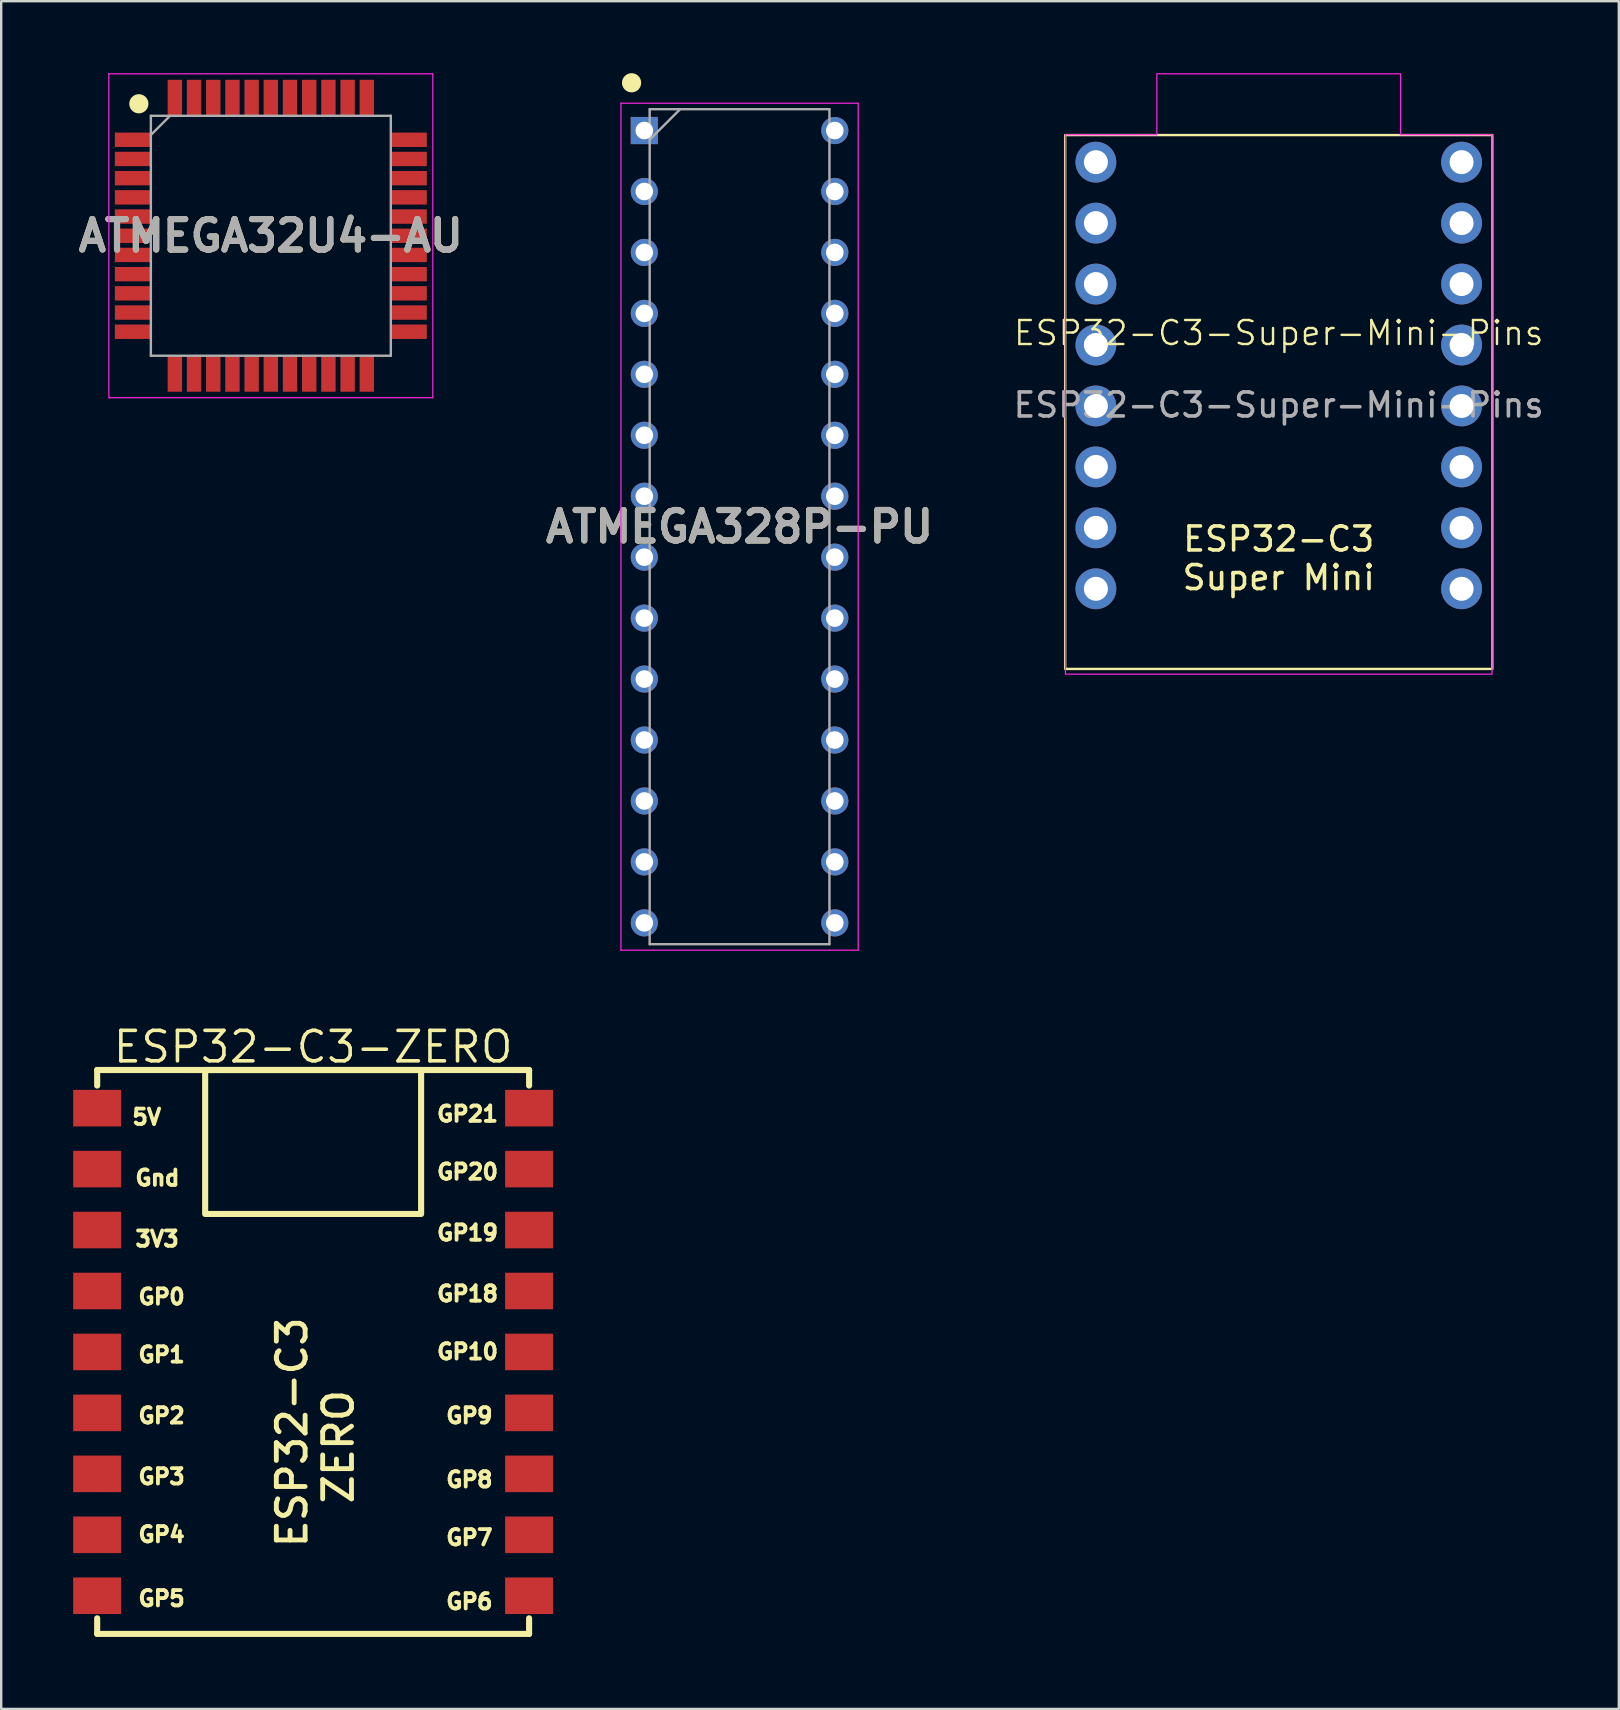
<source format=kicad_pcb>
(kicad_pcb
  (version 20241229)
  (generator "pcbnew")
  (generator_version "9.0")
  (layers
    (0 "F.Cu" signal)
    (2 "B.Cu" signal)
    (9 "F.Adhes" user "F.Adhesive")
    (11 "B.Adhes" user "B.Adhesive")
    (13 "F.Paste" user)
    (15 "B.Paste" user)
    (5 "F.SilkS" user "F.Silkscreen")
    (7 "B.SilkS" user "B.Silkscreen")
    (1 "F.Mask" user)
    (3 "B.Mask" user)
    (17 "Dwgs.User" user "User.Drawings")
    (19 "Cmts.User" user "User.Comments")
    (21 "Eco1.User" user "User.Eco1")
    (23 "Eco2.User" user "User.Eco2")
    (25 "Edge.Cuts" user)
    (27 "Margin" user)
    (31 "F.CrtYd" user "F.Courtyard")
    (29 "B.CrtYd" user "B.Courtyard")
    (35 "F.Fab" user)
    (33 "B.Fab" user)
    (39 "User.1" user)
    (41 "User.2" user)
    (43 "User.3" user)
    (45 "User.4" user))
  (footprint "ATMEGA328P-PU"
    (layer "F.Cu")
    (at 27.771 18.9)
    (property "Reference" "ATMEGA328P-PU" (at 0 0 0) (layer "F.SilkS") (effects (font (size 1.27 1.27) (thickness 0.254))))
    (attr through_hole)
    (fp_circle (center -4.5 -18.5) (end -4.5 -18.3) (stroke (width 0.4) (type solid)) (fill no) (layer "F.SilkS"))
    (fp_line (start -4.944 -17.649) (end 4.944 -17.649) (stroke (width 0.05) (type solid)) (layer "F.CrtYd"))
    (fp_line (start -4.944 17.649) (end -4.944 -17.649) (stroke (width 0.05) (type solid)) (layer "F.CrtYd"))
    (fp_line (start 4.944 -17.649) (end 4.944 17.649) (stroke (width 0.05) (type solid)) (layer "F.CrtYd"))
    (fp_line (start 4.944 17.649) (end -4.944 17.649) (stroke (width 0.05) (type solid)) (layer "F.CrtYd"))
    (fp_line (start -3.746 -17.399) (end 3.746 -17.399) (stroke (width 0.1) (type solid)) (layer "F.Fab"))
    (fp_line (start -3.746 -16.129) (end -2.476 -17.399) (stroke (width 0.1) (type solid)) (layer "F.Fab"))
    (fp_line (start -3.746 17.399) (end -3.746 -17.399) (stroke (width 0.1) (type solid)) (layer "F.Fab"))
    (fp_line (start 3.746 -17.399) (end 3.746 17.399) (stroke (width 0.1) (type solid)) (layer "F.Fab"))
    (fp_line (start 3.746 17.399) (end -3.746 17.399) (stroke (width 0.1) (type solid)) (layer "F.Fab"))
    (fp_text user "${REFERENCE}" (at 0 0 0) (layer "F.Fab") (effects (font (size 1.27 1.27) (thickness 0.254))))
    (pad "1" thru_hole rect (at -3.969 -16.51) (size 1.133 1.133) (drill 0.733) (layers "*.Cu" "*.Mask"))
    (pad "2" thru_hole circle (at -3.969 -13.97) (size 1.133 1.133) (drill 0.733) (layers "*.Cu" "*.Mask"))
    (pad "3" thru_hole circle (at -3.969 -11.43) (size 1.133 1.133) (drill 0.733) (layers "*.Cu" "*.Mask"))
    (pad "4" thru_hole circle (at -3.969 -8.89) (size 1.133 1.133) (drill 0.733) (layers "*.Cu" "*.Mask"))
    (pad "5" thru_hole circle (at -3.969 -6.35) (size 1.133 1.133) (drill 0.733) (layers "*.Cu" "*.Mask"))
    (pad "6" thru_hole circle (at -3.969 -3.81) (size 1.133 1.133) (drill 0.733) (layers "*.Cu" "*.Mask"))
    (pad "7" thru_hole circle (at -3.969 -1.27) (size 1.133 1.133) (drill 0.733) (layers "*.Cu" "*.Mask"))
    (pad "8" thru_hole circle (at -3.969 1.27) (size 1.133 1.133) (drill 0.733) (layers "*.Cu" "*.Mask"))
    (pad "9" thru_hole circle (at -3.969 3.81) (size 1.133 1.133) (drill 0.733) (layers "*.Cu" "*.Mask"))
    (pad "10" thru_hole circle (at -3.969 6.35) (size 1.133 1.133) (drill 0.733) (layers "*.Cu" "*.Mask"))
    (pad "11" thru_hole circle (at -3.969 8.89) (size 1.133 1.133) (drill 0.733) (layers "*.Cu" "*.Mask"))
    (pad "12" thru_hole circle (at -3.969 11.43) (size 1.133 1.133) (drill 0.733) (layers "*.Cu" "*.Mask"))
    (pad "13" thru_hole circle (at -3.969 13.97) (size 1.133 1.133) (drill 0.733) (layers "*.Cu" "*.Mask"))
    (pad "14" thru_hole circle (at -3.969 16.51) (size 1.133 1.133) (drill 0.733) (layers "*.Cu" "*.Mask"))
    (pad "15" thru_hole circle (at 3.969 16.51) (size 1.133 1.133) (drill 0.733) (layers "*.Cu" "*.Mask"))
    (pad "16" thru_hole circle (at 3.969 13.97) (size 1.133 1.133) (drill 0.733) (layers "*.Cu" "*.Mask"))
    (pad "17" thru_hole circle (at 3.969 11.43) (size 1.133 1.133) (drill 0.733) (layers "*.Cu" "*.Mask"))
    (pad "18" thru_hole circle (at 3.969 8.89) (size 1.133 1.133) (drill 0.733) (layers "*.Cu" "*.Mask"))
    (pad "19" thru_hole circle (at 3.969 6.35) (size 1.133 1.133) (drill 0.733) (layers "*.Cu" "*.Mask"))
    (pad "20" thru_hole circle (at 3.969 3.81) (size 1.133 1.133) (drill 0.733) (layers "*.Cu" "*.Mask"))
    (pad "21" thru_hole circle (at 3.969 1.27) (size 1.133 1.133) (drill 0.733) (layers "*.Cu" "*.Mask"))
    (pad "22" thru_hole circle (at 3.969 -1.27) (size 1.133 1.133) (drill 0.733) (layers "*.Cu" "*.Mask"))
    (pad "23" thru_hole circle (at 3.969 -3.81) (size 1.133 1.133) (drill 0.733) (layers "*.Cu" "*.Mask"))
    (pad "24" thru_hole circle (at 3.969 -6.35) (size 1.133 1.133) (drill 0.733) (layers "*.Cu" "*.Mask"))
    (pad "25" thru_hole circle (at 3.969 -8.89) (size 1.133 1.133) (drill 0.733) (layers "*.Cu" "*.Mask"))
    (pad "26" thru_hole circle (at 3.969 -11.43) (size 1.133 1.133) (drill 0.733) (layers "*.Cu" "*.Mask"))
    (pad "27" thru_hole circle (at 3.969 -13.97) (size 1.133 1.133) (drill 0.733) (layers "*.Cu" "*.Mask"))
    (pad "28" thru_hole circle (at 3.969 -16.51) (size 1.133 1.133) (drill 0.733) (layers "*.Cu" "*.Mask")))
  (footprint "ESP32-C3-Super-Mini-Pins"
    (layer "F.Cu")
    (at 50.241 11.328)
    (property "Reference" "ESP32-C3-Super-Mini-Pins" (at 0 -0.5 0) (unlocked yes) (layer "F.SilkS") (effects (font (size 1 1) (thickness 0.1))))
    (attr through_hole)
    (fp_rect (start -8.9 -8.75) (end 8.9 13.5) (stroke (width 0.1) (type default)) (fill no) (layer "F.SilkS"))
    (fp_poly (pts (xy -8.89 -8.763) (xy -5.08 -8.763) (xy -5.08 -11.303) (xy 5.08 -11.303) (xy 5.08 -8.763) (xy 8.89 -8.763) (xy 8.89 13.716) (xy -8.89 13.716)) (stroke (width 0.05) (type solid)) (fill no) (layer "F.CrtYd"))
    (fp_text user "${REFERENCE}" (at 0 2.5 0) (unlocked yes) (layer "F.Fab") (effects (font (size 1 1) (thickness 0.15))))
    (fp_text_box "ESP32-C3\nSuper Mini" (start -4.875 6.75) (end 4.875 9.75) (margins 0.75 0.75 0.75 0.75) (layer "F.SilkS") (effects (font (size 1 1) (thickness 0.15)) (justify top)) (border no) (stroke (width 0) (type solid)))
    (pad "0" thru_hole circle (at 7.62 10.16) (size 1.7 1.7) (drill 1) (layers "*.Cu" "*.Mask"))
    (pad "1" thru_hole circle (at 7.62 7.62) (size 1.7 1.7) (drill 1) (layers "*.Cu" "*.Mask"))
    (pad "2" thru_hole circle (at 7.62 5.08) (size 1.7 1.7) (drill 1) (layers "*.Cu" "*.Mask"))
    (pad "3" thru_hole circle (at 7.62 2.54) (size 1.7 1.7) (drill 1) (layers "*.Cu" "*.Mask"))
    (pad "3V3" thru_hole circle (at 7.62 -2.54) (size 1.7 1.7) (drill 1) (layers "*.Cu" "*.Mask"))
    (pad "4" thru_hole circle (at 7.62 0) (size 1.7 1.7) (drill 1) (layers "*.Cu" "*.Mask"))
    (pad "5" thru_hole circle (at -7.62 -7.62) (size 1.7 1.7) (drill 1) (layers "*.Cu" "*.Mask"))
    (pad "5V" thru_hole circle (at 7.62 -7.62) (size 1.7 1.7) (drill 1) (layers "*.Cu" "*.Mask"))
    (pad "6" thru_hole circle (at -7.62 -5.08) (size 1.7 1.7) (drill 1) (layers "*.Cu" "*.Mask"))
    (pad "7" thru_hole circle (at -7.62 -2.54) (size 1.7 1.7) (drill 1) (layers "*.Cu" "*.Mask"))
    (pad "8" thru_hole circle (at -7.62 0) (size 1.7 1.7) (drill 1) (layers "*.Cu" "*.Mask"))
    (pad "9" thru_hole circle (at -7.62 2.54) (size 1.7 1.7) (drill 1) (layers "*.Cu" "*.Mask"))
    (pad "10" thru_hole circle (at -7.62 5.08) (size 1.7 1.7) (drill 1) (layers "*.Cu" "*.Mask"))
    (pad "20" thru_hole circle (at -7.62 7.62) (size 1.7 1.7) (drill 1) (layers "*.Cu" "*.Mask"))
    (pad "21" thru_hole circle (at -7.62 10.16) (size 1.7 1.7) (drill 1) (layers "*.Cu" "*.Mask"))
    (pad "G" thru_hole circle (at 7.62 -5.08) (size 1.7 1.7) (drill 1) (layers "*.Cu" "*.Mask")))
  (footprint "ESP32-C3-ZERO"
    (layer "F.Cu")
    (at 10 53.292)
    (property "Reference" "ESP32-C3-ZERO" (at 0 -12.712 0) (layer "F.SilkS") (effects (font (size 1.27 1.27) (thickness 0.15))))
    (fp_line (start -9 -11.75) (end -9 -11.1) (stroke (width 0.254) (type default)) (layer "F.SilkS"))
    (fp_line (start -9 -11.75) (end 9 -11.75) (stroke (width 0.254) (type default)) (layer "F.SilkS"))
    (fp_line (start -9 11.1) (end -9 11.75) (stroke (width 0.254) (type default)) (layer "F.SilkS"))
    (fp_line (start -9 11.75) (end 9 11.75) (stroke (width 0.254) (type default)) (layer "F.SilkS"))
    (fp_line (start 9 -11.75) (end 9 -11.1) (stroke (width 0.254) (type default)) (layer "F.SilkS"))
    (fp_line (start 9 11.1) (end 9 11.75) (stroke (width 0.254) (type default)) (layer "F.SilkS"))
    (fp_rect (start -4.5 -11.75) (end 4.5 -5.75) (stroke (width 0.254) (type default)) (fill no) (layer "F.SilkS"))
    (fp_text user "ESP32-C3\n  ZERO" (at -1.581 8.255 90) (unlocked yes) (layer "F.SilkS") (effects (font (size 1.2 1.2) (thickness 0.203)) (justify left top)))
    (fp_text user "GP4" (at -7.366 7.234 0) (unlocked yes) (layer "F.SilkS") (effects (font (size 0.64 0.64) (thickness 0.16)) (justify left top)))
    (fp_text user "GP2" (at -7.366 2.281 0) (unlocked yes) (layer "F.SilkS") (effects (font (size 0.64 0.64) (thickness 0.16)) (justify left top)))
    (fp_text user "GP1" (at -7.366 -0.259 0) (unlocked yes) (layer "F.SilkS") (effects (font (size 0.64 0.64) (thickness 0.16)) (justify left top)))
    (fp_text user "GP0" (at -7.366 -2.672 0) (unlocked yes) (layer "F.SilkS") (effects (font (size 0.64 0.64) (thickness 0.16)) (justify left top)))
    (fp_text user "GP21" (at 5.08 -10.292 0) (unlocked yes) (layer "F.SilkS") (effects (font (size 0.64 0.64) (thickness 0.16)) (justify left top)))
    (fp_text user "5V" (at -7.62 -10.165 0) (unlocked yes) (layer "F.SilkS") (effects (font (size 0.64 0.64) (thickness 0.16)) (justify left top)))
    (fp_text user "GP8" (at 5.461 4.948 0) (unlocked yes) (layer "F.SilkS") (effects (font (size 0.64 0.64) (thickness 0.16)) (justify left top)))
    (fp_text user "GP7" (at 5.461 7.361 0) (unlocked yes) (layer "F.SilkS") (effects (font (size 0.64 0.64) (thickness 0.16)) (justify left top)))
    (fp_text user "GP19" (at 5.08 -5.339 0) (unlocked yes) (layer "F.SilkS") (effects (font (size 0.64 0.64) (thickness 0.16)) (justify left top)))
    (fp_text user "Gnd" (at -7.493 -7.625 0) (unlocked yes) (layer "F.SilkS") (effects (font (size 0.64 0.64) (thickness 0.16)) (justify left top)))
    (fp_text user "GP3" (at -7.366 4.821 0) (unlocked yes) (layer "F.SilkS") (effects (font (size 0.64 0.64) (thickness 0.16)) (justify left top)))
    (fp_text user "3V3" (at -7.493 -5.085 0) (unlocked yes) (layer "F.SilkS") (effects (font (size 0.64 0.64) (thickness 0.16)) (justify left top)))
    (fp_text user "GP20" (at 5.08 -7.879 0) (unlocked yes) (layer "F.SilkS") (effects (font (size 0.64 0.64) (thickness 0.16)) (justify left top)))
    (fp_text user "GP18" (at 5.08 -2.799 0) (unlocked yes) (layer "F.SilkS") (effects (font (size 0.64 0.64) (thickness 0.16)) (justify left top)))
    (fp_text user "GP6" (at 5.461 10.028 0) (unlocked yes) (layer "F.SilkS") (effects (font (size 0.64 0.64) (thickness 0.16)) (justify left top)))
    (fp_text user "GP5" (at -7.366 9.901 0) (unlocked yes) (layer "F.SilkS") (effects (font (size 0.64 0.64) (thickness 0.16)) (justify left top)))
    (fp_text user "GP9" (at 5.461 2.281 0) (unlocked yes) (layer "F.SilkS") (effects (font (size 0.64 0.64) (thickness 0.16)) (justify left top)))
    (fp_text user "GP10" (at 5.08 -0.386 0) (unlocked yes) (layer "F.SilkS") (effects (font (size 0.64 0.64) (thickness 0.16)) (justify left top)))
    (pad "1" smd rect (at 9 -10.16) (size 2 1.524) (layers "F.Cu" "F.Mask" "F.Paste"))
    (pad "2" smd rect (at 9 -7.62) (size 2 1.524) (layers "F.Cu" "F.Mask" "F.Paste"))
    (pad "3" smd rect (at 9 -5.08) (size 2 1.524) (layers "F.Cu" "F.Mask" "F.Paste"))
    (pad "4" smd rect (at 9 -2.54) (size 2 1.524) (layers "F.Cu" "F.Mask" "F.Paste"))
    (pad "5" smd rect (at 9 0) (size 2 1.524) (layers "F.Cu" "F.Mask" "F.Paste"))
    (pad "6" smd rect (at 9 2.54) (size 2 1.524) (layers "F.Cu" "F.Mask" "F.Paste"))
    (pad "7" smd rect (at 9 5.08) (size 2 1.524) (layers "F.Cu" "F.Mask" "F.Paste"))
    (pad "8" smd rect (at 9 7.62) (size 2 1.524) (layers "F.Cu" "F.Mask" "F.Paste"))
    (pad "9" smd rect (at 9 10.16) (size 2 1.524) (layers "F.Cu" "F.Mask" "F.Paste"))
    (pad "10" smd rect (at -9 10.16) (size 2 1.524) (layers "F.Cu" "F.Mask" "F.Paste"))
    (pad "11" smd rect (at -9 7.62) (size 2 1.524) (layers "F.Cu" "F.Mask" "F.Paste"))
    (pad "12" smd rect (at -9 5.08) (size 2 1.524) (layers "F.Cu" "F.Mask" "F.Paste"))
    (pad "13" smd rect (at -9 2.54) (size 2 1.524) (layers "F.Cu" "F.Mask" "F.Paste"))
    (pad "14" smd rect (at -9 0) (size 2 1.524) (layers "F.Cu" "F.Mask" "F.Paste"))
    (pad "15" smd rect (at -9 -2.54) (size 2 1.524) (layers "F.Cu" "F.Mask" "F.Paste"))
    (pad "16" smd rect (at -9 -5.08) (size 2 1.524) (layers "F.Cu" "F.Mask" "F.Paste"))
    (pad "17" smd rect (at -9 -7.62) (size 2 1.524) (layers "F.Cu" "F.Mask" "F.Paste"))
    (pad "18" smd rect (at -9 -10.16) (size 2 1.524) (layers "F.Cu" "F.Mask" "F.Paste")))
  (footprint "ATMEGA32U4-AU"
    (layer "F.Cu")
    (at 8.237 6.775)
    (property "Reference" "ATMEGA32U4-AU" (at 0 0 0) (layer "F.SilkS") (effects (font (size 1.27 1.27) (thickness 0.254))))
    (attr smd)
    (fp_circle (center -5.5 -5.5) (end -5.5 -5.3) (stroke (width 0.4) (type solid)) (fill no) (layer "F.SilkS"))
    (fp_line (start -6.75 -6.75) (end 6.75 -6.75) (stroke (width 0.05) (type solid)) (layer "F.CrtYd"))
    (fp_line (start -6.75 6.75) (end -6.75 -6.75) (stroke (width 0.05) (type solid)) (layer "F.CrtYd"))
    (fp_line (start 6.75 -6.75) (end 6.75 6.75) (stroke (width 0.05) (type solid)) (layer "F.CrtYd"))
    (fp_line (start 6.75 6.75) (end -6.75 6.75) (stroke (width 0.05) (type solid)) (layer "F.CrtYd"))
    (fp_line (start -5 -5) (end 5 -5) (stroke (width 0.1) (type solid)) (layer "F.Fab"))
    (fp_line (start -5 -4.2) (end -4.2 -5) (stroke (width 0.1) (type solid)) (layer "F.Fab"))
    (fp_line (start -5 5) (end -5 -5) (stroke (width 0.1) (type solid)) (layer "F.Fab"))
    (fp_line (start 5 -5) (end 5 5) (stroke (width 0.1) (type solid)) (layer "F.Fab"))
    (fp_line (start 5 5) (end -5 5) (stroke (width 0.1) (type solid)) (layer "F.Fab"))
    (fp_text user "${REFERENCE}" (at 0 0 0) (layer "F.Fab") (effects (font (size 1.27 1.27) (thickness 0.254))))
    (pad "1" smd rect (at -5.75 -4 90) (size 0.6 1.5) (layers "F.Cu" "F.Mask" "F.Paste"))
    (pad "2" smd rect (at -5.75 -3.2 90) (size 0.6 1.5) (layers "F.Cu" "F.Mask" "F.Paste"))
    (pad "3" smd rect (at -5.75 -2.4 90) (size 0.6 1.5) (layers "F.Cu" "F.Mask" "F.Paste"))
    (pad "4" smd rect (at -5.75 -1.6 90) (size 0.6 1.5) (layers "F.Cu" "F.Mask" "F.Paste"))
    (pad "5" smd rect (at -5.75 -0.8 90) (size 0.6 1.5) (layers "F.Cu" "F.Mask" "F.Paste"))
    (pad "6" smd rect (at -5.75 0 90) (size 0.6 1.5) (layers "F.Cu" "F.Mask" "F.Paste"))
    (pad "7" smd rect (at -5.75 0.8 90) (size 0.6 1.5) (layers "F.Cu" "F.Mask" "F.Paste"))
    (pad "8" smd rect (at -5.75 1.6 90) (size 0.6 1.5) (layers "F.Cu" "F.Mask" "F.Paste"))
    (pad "9" smd rect (at -5.75 2.4 90) (size 0.6 1.5) (layers "F.Cu" "F.Mask" "F.Paste"))
    (pad "10" smd rect (at -5.75 3.2 90) (size 0.6 1.5) (layers "F.Cu" "F.Mask" "F.Paste"))
    (pad "11" smd rect (at -5.75 4 90) (size 0.6 1.5) (layers "F.Cu" "F.Mask" "F.Paste"))
    (pad "12" smd rect (at -4 5.75) (size 0.6 1.5) (layers "F.Cu" "F.Mask" "F.Paste"))
    (pad "13" smd rect (at -3.2 5.75) (size 0.6 1.5) (layers "F.Cu" "F.Mask" "F.Paste"))
    (pad "14" smd rect (at -2.4 5.75) (size 0.6 1.5) (layers "F.Cu" "F.Mask" "F.Paste"))
    (pad "15" smd rect (at -1.6 5.75) (size 0.6 1.5) (layers "F.Cu" "F.Mask" "F.Paste"))
    (pad "16" smd rect (at -0.8 5.75) (size 0.6 1.5) (layers "F.Cu" "F.Mask" "F.Paste"))
    (pad "17" smd rect (at 0 5.75) (size 0.6 1.5) (layers "F.Cu" "F.Mask" "F.Paste"))
    (pad "18" smd rect (at 0.8 5.75) (size 0.6 1.5) (layers "F.Cu" "F.Mask" "F.Paste"))
    (pad "19" smd rect (at 1.6 5.75) (size 0.6 1.5) (layers "F.Cu" "F.Mask" "F.Paste"))
    (pad "20" smd rect (at 2.4 5.75) (size 0.6 1.5) (layers "F.Cu" "F.Mask" "F.Paste"))
    (pad "21" smd rect (at 3.2 5.75) (size 0.6 1.5) (layers "F.Cu" "F.Mask" "F.Paste"))
    (pad "22" smd rect (at 4 5.75) (size 0.6 1.5) (layers "F.Cu" "F.Mask" "F.Paste"))
    (pad "23" smd rect (at 5.75 4 90) (size 0.6 1.5) (layers "F.Cu" "F.Mask" "F.Paste"))
    (pad "24" smd rect (at 5.75 3.2 90) (size 0.6 1.5) (layers "F.Cu" "F.Mask" "F.Paste"))
    (pad "25" smd rect (at 5.75 2.4 90) (size 0.6 1.5) (layers "F.Cu" "F.Mask" "F.Paste"))
    (pad "26" smd rect (at 5.75 1.6 90) (size 0.6 1.5) (layers "F.Cu" "F.Mask" "F.Paste"))
    (pad "27" smd rect (at 5.75 0.8 90) (size 0.6 1.5) (layers "F.Cu" "F.Mask" "F.Paste"))
    (pad "28" smd rect (at 5.75 0 90) (size 0.6 1.5) (layers "F.Cu" "F.Mask" "F.Paste"))
    (pad "29" smd rect (at 5.75 -0.8 90) (size 0.6 1.5) (layers "F.Cu" "F.Mask" "F.Paste"))
    (pad "30" smd rect (at 5.75 -1.6 90) (size 0.6 1.5) (layers "F.Cu" "F.Mask" "F.Paste"))
    (pad "31" smd rect (at 5.75 -2.4 90) (size 0.6 1.5) (layers "F.Cu" "F.Mask" "F.Paste"))
    (pad "32" smd rect (at 5.75 -3.2 90) (size 0.6 1.5) (layers "F.Cu" "F.Mask" "F.Paste"))
    (pad "33" smd rect (at 5.75 -4 90) (size 0.6 1.5) (layers "F.Cu" "F.Mask" "F.Paste"))
    (pad "34" smd rect (at 4 -5.75) (size 0.6 1.5) (layers "F.Cu" "F.Mask" "F.Paste"))
    (pad "35" smd rect (at 3.2 -5.75) (size 0.6 1.5) (layers "F.Cu" "F.Mask" "F.Paste"))
    (pad "36" smd rect (at 2.4 -5.75) (size 0.6 1.5) (layers "F.Cu" "F.Mask" "F.Paste"))
    (pad "37" smd rect (at 1.6 -5.75) (size 0.6 1.5) (layers "F.Cu" "F.Mask" "F.Paste"))
    (pad "38" smd rect (at 0.8 -5.75) (size 0.6 1.5) (layers "F.Cu" "F.Mask" "F.Paste"))
    (pad "39" smd rect (at 0 -5.75) (size 0.6 1.5) (layers "F.Cu" "F.Mask" "F.Paste"))
    (pad "40" smd rect (at -0.8 -5.75) (size 0.6 1.5) (layers "F.Cu" "F.Mask" "F.Paste"))
    (pad "41" smd rect (at -1.6 -5.75) (size 0.6 1.5) (layers "F.Cu" "F.Mask" "F.Paste"))
    (pad "42" smd rect (at -2.4 -5.75) (size 0.6 1.5) (layers "F.Cu" "F.Mask" "F.Paste"))
    (pad "43" smd rect (at -3.2 -5.75) (size 0.6 1.5) (layers "F.Cu" "F.Mask" "F.Paste"))
    (pad "44" smd rect (at -4 -5.75) (size 0.6 1.5) (layers "F.Cu" "F.Mask" "F.Paste")))
  (gr_rect
    (start -3 -3)
    (end 64.414 68.169)
    (stroke (width 0.1) (type default))
    (fill no)
    (layer "Edge.Cuts")))
</source>
